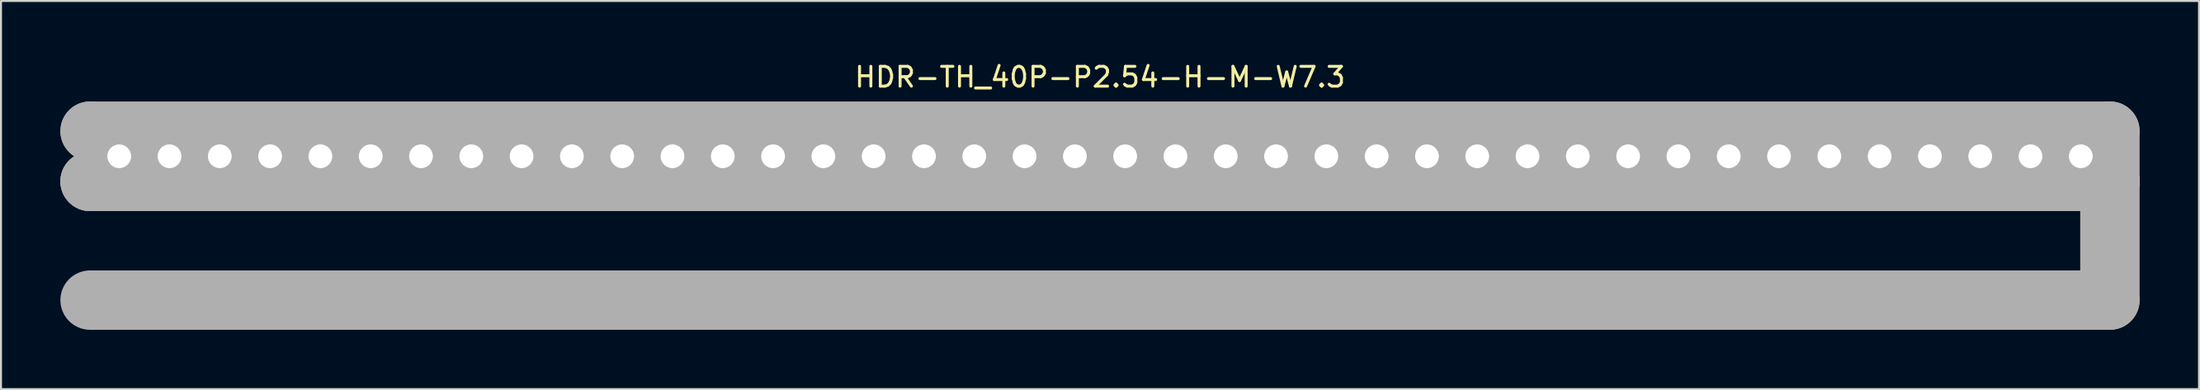
<source format=kicad_pcb>
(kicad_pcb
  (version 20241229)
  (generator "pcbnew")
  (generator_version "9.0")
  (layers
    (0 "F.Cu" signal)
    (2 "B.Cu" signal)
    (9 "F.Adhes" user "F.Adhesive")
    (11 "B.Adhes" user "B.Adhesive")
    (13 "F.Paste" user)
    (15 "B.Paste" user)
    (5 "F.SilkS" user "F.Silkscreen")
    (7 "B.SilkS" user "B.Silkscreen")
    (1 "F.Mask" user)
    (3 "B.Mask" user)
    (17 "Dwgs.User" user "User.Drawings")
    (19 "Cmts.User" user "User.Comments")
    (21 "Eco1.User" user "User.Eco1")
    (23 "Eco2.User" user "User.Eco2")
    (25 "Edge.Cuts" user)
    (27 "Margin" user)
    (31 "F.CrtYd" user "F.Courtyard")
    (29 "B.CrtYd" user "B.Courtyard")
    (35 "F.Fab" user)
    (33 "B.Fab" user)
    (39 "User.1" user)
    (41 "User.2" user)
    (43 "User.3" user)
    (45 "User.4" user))
  (footprint "HDR-TH_40P-P2.54-H-M-W7.3"
    (layer "F.Cu")
    (at 52.5 4.848)
    (property "Reference" "HDR-TH_40P-P2.54-H-M-W7.3" (at 0 -4 0) (layer "F.SilkS") (effects (font (size 1 1) (thickness 0.15))))
    (attr through_hole)
    (fp_line (start -51 -1.27) (end -51 -1.27) (stroke (width 3) (type solid)) (layer "F.Fab"))
    (fp_line (start -51 -1.27) (end 51 -1.27) (stroke (width 3) (type solid)) (layer "F.Fab"))
    (fp_line (start -51 1.27) (end -51 1.27) (stroke (width 3) (type solid)) (layer "F.Fab"))
    (fp_line (start -51 1.27) (end 51 1.27) (stroke (width 3) (type solid)) (layer "F.Fab"))
    (fp_line (start 51 -1.27) (end 51 1.27) (stroke (width 3) (type solid)) (layer "F.Fab"))
    (fp_line (start 51 1.27) (end -51 1.27) (stroke (width 3) (type solid)) (layer "F.Fab"))
    (fp_line (start 51 1.27) (end 51 7.27) (stroke (width 3) (type solid)) (layer "F.Fab"))
    (fp_line (start 51 7.27) (end -51 7.27) (stroke (width 3) (type solid)) (layer "F.Fab"))
    (fp_circle (center -51.13 7.4) (end -51.1 7.4) (stroke (width 0.06) (type solid)) (fill no) (layer "F.Fab"))
    (fp_circle (center -49.53 0) (end -49.28 0) (stroke (width 0.5) (type solid)) (fill no) (layer "F.Fab"))
    (fp_circle (center -46.99 0) (end -46.74 0) (stroke (width 0.5) (type solid)) (fill no) (layer "F.Fab"))
    (fp_circle (center -44.45 0) (end -44.2 0) (stroke (width 0.5) (type solid)) (fill no) (layer "F.Fab"))
    (fp_circle (center -41.91 0) (end -41.66 0) (stroke (width 0.5) (type solid)) (fill no) (layer "F.Fab"))
    (fp_circle (center -39.37 0) (end -39.12 0) (stroke (width 0.5) (type solid)) (fill no) (layer "F.Fab"))
    (fp_circle (center -36.83 0) (end -36.58 0) (stroke (width 0.5) (type solid)) (fill no) (layer "F.Fab"))
    (fp_circle (center -34.29 0) (end -34.04 0) (stroke (width 0.5) (type solid)) (fill no) (layer "F.Fab"))
    (fp_circle (center -31.75 0) (end -31.5 0) (stroke (width 0.5) (type solid)) (fill no) (layer "F.Fab"))
    (fp_circle (center -29.21 0) (end -28.96 0) (stroke (width 0.5) (type solid)) (fill no) (layer "F.Fab"))
    (fp_circle (center -26.67 0) (end -26.42 0) (stroke (width 0.5) (type solid)) (fill no) (layer "F.Fab"))
    (fp_circle (center -24.13 0) (end -23.88 0) (stroke (width 0.5) (type solid)) (fill no) (layer "F.Fab"))
    (fp_circle (center -21.59 0) (end -21.34 0) (stroke (width 0.5) (type solid)) (fill no) (layer "F.Fab"))
    (fp_circle (center -19.05 0) (end -18.8 0) (stroke (width 0.5) (type solid)) (fill no) (layer "F.Fab"))
    (fp_circle (center -16.51 0) (end -16.26 0) (stroke (width 0.5) (type solid)) (fill no) (layer "F.Fab"))
    (fp_circle (center -13.97 0) (end -13.72 0) (stroke (width 0.5) (type solid)) (fill no) (layer "F.Fab"))
    (fp_circle (center -11.43 0) (end -11.18 0) (stroke (width 0.5) (type solid)) (fill no) (layer "F.Fab"))
    (fp_circle (center -8.89 0) (end -8.64 0) (stroke (width 0.5) (type solid)) (fill no) (layer "F.Fab"))
    (fp_circle (center -6.35 0) (end -6.1 0) (stroke (width 0.5) (type solid)) (fill no) (layer "F.Fab"))
    (fp_circle (center -3.81 0) (end -3.56 0) (stroke (width 0.5) (type solid)) (fill no) (layer "F.Fab"))
    (fp_circle (center -1.27 0) (end -1.02 0) (stroke (width 0.5) (type solid)) (fill no) (layer "F.Fab"))
    (fp_circle (center 1.27 0) (end 1.52 0) (stroke (width 0.5) (type solid)) (fill no) (layer "F.Fab"))
    (fp_circle (center 3.81 0) (end 4.06 0) (stroke (width 0.5) (type solid)) (fill no) (layer "F.Fab"))
    (fp_circle (center 6.35 0) (end 6.6 0) (stroke (width 0.5) (type solid)) (fill no) (layer "F.Fab"))
    (fp_circle (center 8.89 0) (end 9.14 0) (stroke (width 0.5) (type solid)) (fill no) (layer "F.Fab"))
    (fp_circle (center 11.43 0) (end 11.68 0) (stroke (width 0.5) (type solid)) (fill no) (layer "F.Fab"))
    (fp_circle (center 13.97 0) (end 14.22 0) (stroke (width 0.5) (type solid)) (fill no) (layer "F.Fab"))
    (fp_circle (center 16.51 0) (end 16.76 0) (stroke (width 0.5) (type solid)) (fill no) (layer "F.Fab"))
    (fp_circle (center 19.05 0) (end 19.3 0) (stroke (width 0.5) (type solid)) (fill no) (layer "F.Fab"))
    (fp_circle (center 21.59 0) (end 21.84 0) (stroke (width 0.5) (type solid)) (fill no) (layer "F.Fab"))
    (fp_circle (center 24.13 0) (end 24.38 0) (stroke (width 0.5) (type solid)) (fill no) (layer "F.Fab"))
    (fp_circle (center 26.67 0) (end 26.92 0) (stroke (width 0.5) (type solid)) (fill no) (layer "F.Fab"))
    (fp_circle (center 29.21 0) (end 29.46 0) (stroke (width 0.5) (type solid)) (fill no) (layer "F.Fab"))
    (fp_circle (center 31.75 0) (end 32 0) (stroke (width 0.5) (type solid)) (fill no) (layer "F.Fab"))
    (fp_circle (center 34.29 0) (end 34.54 0) (stroke (width 0.5) (type solid)) (fill no) (layer "F.Fab"))
    (fp_circle (center 36.83 0) (end 37.08 0) (stroke (width 0.5) (type solid)) (fill no) (layer "F.Fab"))
    (fp_circle (center 39.37 0) (end 39.62 0) (stroke (width 0.5) (type solid)) (fill no) (layer "F.Fab"))
    (fp_circle (center 41.91 0) (end 42.16 0) (stroke (width 0.5) (type solid)) (fill no) (layer "F.Fab"))
    (fp_circle (center 44.45 0) (end 44.7 0) (stroke (width 0.5) (type solid)) (fill no) (layer "F.Fab"))
    (fp_circle (center 46.99 0) (end 47.24 0) (stroke (width 0.5) (type solid)) (fill no) (layer "F.Fab"))
    (fp_circle (center 49.53 0) (end 49.78 0) (stroke (width 0.5) (type solid)) (fill no) (layer "F.Fab"))
    (fp_text user "${REFERENCE}" (at 0 0 0) (layer "F.Fab") (effects (font (size 1 1) (thickness 0.15))))
    (pad "1" thru_hole circle (at -49.53 0) (size 1.8 1.8) (drill 1.2) (layers "*.Cu" "*.Paste" "*.Mask"))
    (pad "2" thru_hole circle (at -46.99 0) (size 1.8 1.8) (drill 1.2) (layers "*.Cu" "*.Paste" "*.Mask"))
    (pad "3" thru_hole circle (at -44.45 0) (size 1.8 1.8) (drill 1.2) (layers "*.Cu" "*.Paste" "*.Mask"))
    (pad "4" thru_hole circle (at -41.91 0) (size 1.8 1.8) (drill 1.2) (layers "*.Cu" "*.Paste" "*.Mask"))
    (pad "5" thru_hole circle (at -39.37 0) (size 1.8 1.8) (drill 1.2) (layers "*.Cu" "*.Paste" "*.Mask"))
    (pad "6" thru_hole circle (at -36.83 0) (size 1.8 1.8) (drill 1.2) (layers "*.Cu" "*.Paste" "*.Mask"))
    (pad "7" thru_hole circle (at -34.29 0) (size 1.8 1.8) (drill 1.2) (layers "*.Cu" "*.Paste" "*.Mask"))
    (pad "8" thru_hole circle (at -31.75 0) (size 1.8 1.8) (drill 1.2) (layers "*.Cu" "*.Paste" "*.Mask"))
    (pad "9" thru_hole circle (at -29.21 0) (size 1.8 1.8) (drill 1.2) (layers "*.Cu" "*.Paste" "*.Mask"))
    (pad "10" thru_hole circle (at -26.67 0) (size 1.8 1.8) (drill 1.2) (layers "*.Cu" "*.Paste" "*.Mask"))
    (pad "11" thru_hole circle (at -24.13 0) (size 1.8 1.8) (drill 1.2) (layers "*.Cu" "*.Paste" "*.Mask"))
    (pad "12" thru_hole circle (at -21.59 0) (size 1.8 1.8) (drill 1.2) (layers "*.Cu" "*.Paste" "*.Mask"))
    (pad "13" thru_hole circle (at -19.05 0) (size 1.8 1.8) (drill 1.2) (layers "*.Cu" "*.Paste" "*.Mask"))
    (pad "14" thru_hole circle (at -16.51 0) (size 1.8 1.8) (drill 1.2) (layers "*.Cu" "*.Paste" "*.Mask"))
    (pad "15" thru_hole circle (at -13.97 0) (size 1.8 1.8) (drill 1.2) (layers "*.Cu" "*.Paste" "*.Mask"))
    (pad "16" thru_hole circle (at -11.43 0) (size 1.8 1.8) (drill 1.2) (layers "*.Cu" "*.Paste" "*.Mask"))
    (pad "17" thru_hole circle (at -8.89 0) (size 1.8 1.8) (drill 1.2) (layers "*.Cu" "*.Paste" "*.Mask"))
    (pad "18" thru_hole circle (at -6.35 0) (size 1.8 1.8) (drill 1.2) (layers "*.Cu" "*.Paste" "*.Mask"))
    (pad "19" thru_hole circle (at -3.81 0) (size 1.8 1.8) (drill 1.2) (layers "*.Cu" "*.Paste" "*.Mask"))
    (pad "20" thru_hole circle (at -1.27 0) (size 1.8 1.8) (drill 1.2) (layers "*.Cu" "*.Paste" "*.Mask"))
    (pad "21" thru_hole circle (at 1.27 0) (size 1.8 1.8) (drill 1.2) (layers "*.Cu" "*.Paste" "*.Mask"))
    (pad "22" thru_hole circle (at 3.81 0) (size 1.8 1.8) (drill 1.2) (layers "*.Cu" "*.Paste" "*.Mask"))
    (pad "23" thru_hole circle (at 6.35 0) (size 1.8 1.8) (drill 1.2) (layers "*.Cu" "*.Paste" "*.Mask"))
    (pad "24" thru_hole circle (at 8.89 0) (size 1.8 1.8) (drill 1.2) (layers "*.Cu" "*.Paste" "*.Mask"))
    (pad "25" thru_hole circle (at 11.43 0) (size 1.8 1.8) (drill 1.2) (layers "*.Cu" "*.Paste" "*.Mask"))
    (pad "26" thru_hole circle (at 13.97 0) (size 1.8 1.8) (drill 1.2) (layers "*.Cu" "*.Paste" "*.Mask"))
    (pad "27" thru_hole circle (at 16.51 0) (size 1.8 1.8) (drill 1.2) (layers "*.Cu" "*.Paste" "*.Mask"))
    (pad "28" thru_hole circle (at 19.05 0) (size 1.8 1.8) (drill 1.2) (layers "*.Cu" "*.Paste" "*.Mask"))
    (pad "29" thru_hole circle (at 21.59 0) (size 1.8 1.8) (drill 1.2) (layers "*.Cu" "*.Paste" "*.Mask"))
    (pad "30" thru_hole circle (at 24.13 0) (size 1.8 1.8) (drill 1.2) (layers "*.Cu" "*.Paste" "*.Mask"))
    (pad "31" thru_hole circle (at 26.67 0) (size 1.8 1.8) (drill 1.2) (layers "*.Cu" "*.Paste" "*.Mask"))
    (pad "32" thru_hole circle (at 29.21 0) (size 1.8 1.8) (drill 1.2) (layers "*.Cu" "*.Paste" "*.Mask"))
    (pad "33" thru_hole circle (at 31.75 0) (size 1.8 1.8) (drill 1.2) (layers "*.Cu" "*.Paste" "*.Mask"))
    (pad "34" thru_hole circle (at 34.29 0) (size 1.8 1.8) (drill 1.2) (layers "*.Cu" "*.Paste" "*.Mask"))
    (pad "35" thru_hole circle (at 36.83 0) (size 1.8 1.8) (drill 1.2) (layers "*.Cu" "*.Paste" "*.Mask"))
    (pad "36" thru_hole circle (at 39.37 0) (size 1.8 1.8) (drill 1.2) (layers "*.Cu" "*.Paste" "*.Mask"))
    (pad "37" thru_hole circle (at 41.91 0) (size 1.8 1.8) (drill 1.2) (layers "*.Cu" "*.Paste" "*.Mask"))
    (pad "38" thru_hole circle (at 44.45 0) (size 1.8 1.8) (drill 1.2) (layers "*.Cu" "*.Paste" "*.Mask"))
    (pad "39" thru_hole circle (at 46.99 0) (size 1.8 1.8) (drill 1.2) (layers "*.Cu" "*.Paste" "*.Mask"))
    (pad "40" thru_hole circle (at 49.53 0) (size 1.8 1.8) (drill 1.2) (layers "*.Cu" "*.Paste" "*.Mask")))
  (gr_rect
    (start -3 -3)
    (end 108 16.618)
    (stroke (width 0.1) (type default))
    (fill no)
    (layer "Edge.Cuts")))
</source>
